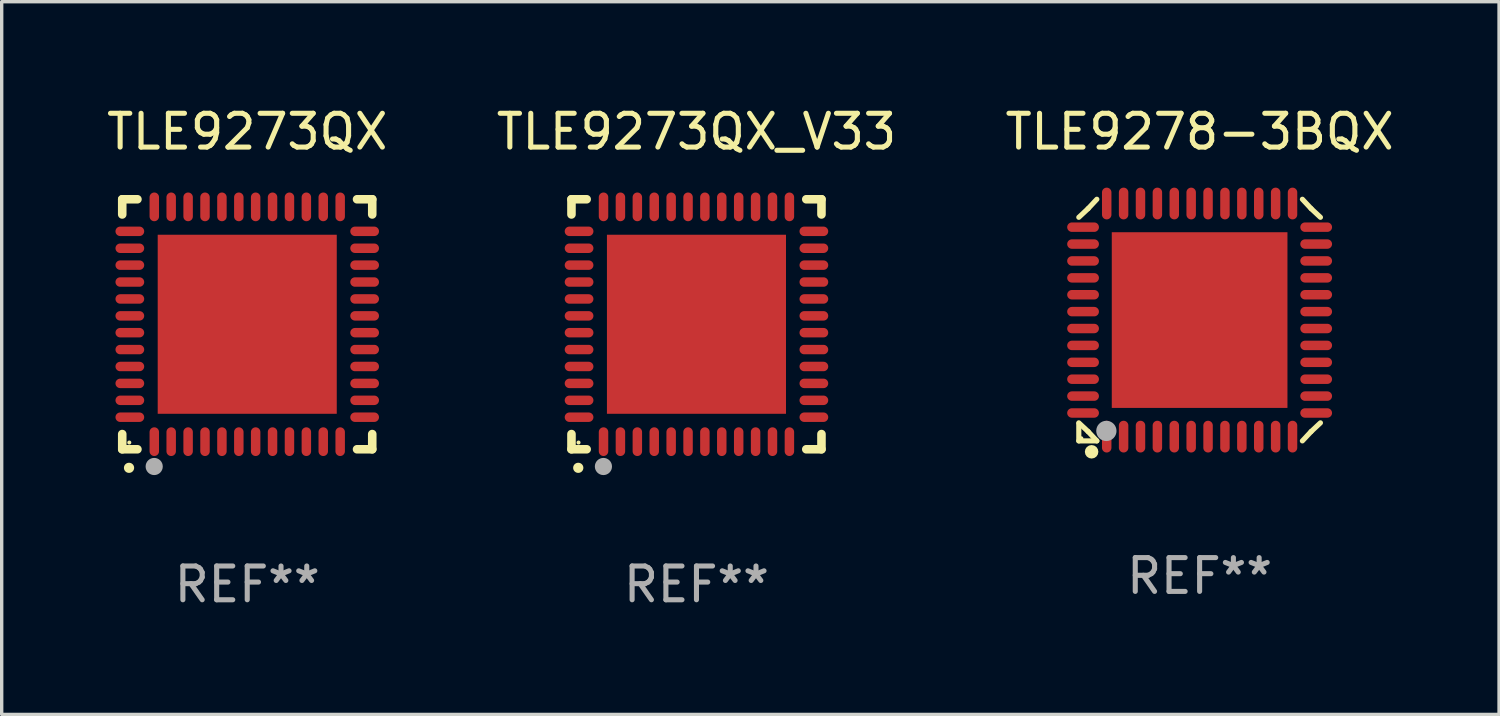
<source format=kicad_pcb>
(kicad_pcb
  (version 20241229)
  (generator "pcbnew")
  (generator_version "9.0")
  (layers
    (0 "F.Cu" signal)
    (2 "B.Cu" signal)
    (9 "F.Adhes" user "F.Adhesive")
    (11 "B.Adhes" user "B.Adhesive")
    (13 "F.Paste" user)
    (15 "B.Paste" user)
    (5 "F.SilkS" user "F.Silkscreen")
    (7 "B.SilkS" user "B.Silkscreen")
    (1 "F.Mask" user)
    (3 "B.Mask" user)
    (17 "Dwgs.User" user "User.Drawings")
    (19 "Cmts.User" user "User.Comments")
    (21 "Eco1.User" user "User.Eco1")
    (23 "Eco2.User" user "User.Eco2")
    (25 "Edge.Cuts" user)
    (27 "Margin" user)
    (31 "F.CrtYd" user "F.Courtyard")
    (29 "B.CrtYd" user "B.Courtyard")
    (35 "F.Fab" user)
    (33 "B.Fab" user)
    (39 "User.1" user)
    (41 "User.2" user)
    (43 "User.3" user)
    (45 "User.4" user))
  (footprint "TLE9273QX_V33"
    (layer "F.Cu")
    (at 17.565 6.548)
    (property "Reference" "TLE9273QX_V33" (at 0 -5.7 0) (layer "F.SilkS") (effects (font (size 1 1) (thickness 0.15))))
    (attr through_hole)
    (fp_line (start -3.7 -3.7) (end -3.25 -3.7) (stroke (width 0.254) (type solid)) (layer "F.SilkS"))
    (fp_line (start -3.7 -3.25) (end -3.7 -3.7) (stroke (width 0.254) (type solid)) (layer "F.SilkS"))
    (fp_line (start -3.7 3.7) (end -3.7 3.25) (stroke (width 0.254) (type solid)) (layer "F.SilkS"))
    (fp_line (start -3.25 3.7) (end -3.7 3.7) (stroke (width 0.254) (type solid)) (layer "F.SilkS"))
    (fp_line (start 3.25 3.7) (end 3.7 3.7) (stroke (width 0.254) (type solid)) (layer "F.SilkS"))
    (fp_line (start 3.7 -3.7) (end 3.25 -3.7) (stroke (width 0.254) (type solid)) (layer "F.SilkS"))
    (fp_line (start 3.7 -3.25) (end 3.7 -3.7) (stroke (width 0.254) (type solid)) (layer "F.SilkS"))
    (fp_line (start 3.7 3.7) (end 3.7 3.25) (stroke (width 0.254) (type solid)) (layer "F.SilkS"))
    (fp_arc (start -3.500127 4.249428) (mid -3.498857 4.249423) (end -3.497587 4.249428) (stroke (width 0.3) (type solid)) (layer "F.SilkS"))
    (fp_circle (center -3.491 3.501) (end -3.461 3.501) (stroke (width 0.06) (type solid)) (fill no) (layer "F.SilkS"))
    (fp_circle (center -2.754 4.21) (end -2.627 4.21) (stroke (width 0.254) (type solid)) (fill no) (layer "F.Fab"))
    (fp_text user "REF**" (at 0 7.7 0) (layer "F.Fab") (effects (font (size 1 1) (thickness 0.15))))
    (pad "1" smd oval (at -2.751 3.475) (size 0.28 0.85) (layers "F.Cu" "F.Mask" "F.Paste"))
    (pad "2" smd oval (at -2.251 3.475) (size 0.28 0.85) (layers "F.Cu" "F.Mask" "F.Paste"))
    (pad "3" smd oval (at -1.75 3.475) (size 0.28 0.85) (layers "F.Cu" "F.Mask" "F.Paste"))
    (pad "4" smd oval (at -1.25 3.475) (size 0.28 0.85) (layers "F.Cu" "F.Mask" "F.Paste"))
    (pad "5" smd oval (at -0.749 3.475) (size 0.28 0.85) (layers "F.Cu" "F.Mask" "F.Paste"))
    (pad "6" smd oval (at -0.249 3.475) (size 0.28 0.85) (layers "F.Cu" "F.Mask" "F.Paste"))
    (pad "7" smd oval (at 0.249 3.475) (size 0.28 0.85) (layers "F.Cu" "F.Mask" "F.Paste"))
    (pad "8" smd oval (at 0.749 3.475) (size 0.28 0.85) (layers "F.Cu" "F.Mask" "F.Paste"))
    (pad "9" smd oval (at 1.25 3.475) (size 0.28 0.85) (layers "F.Cu" "F.Mask" "F.Paste"))
    (pad "10" smd oval (at 1.75 3.475) (size 0.28 0.85) (layers "F.Cu" "F.Mask" "F.Paste"))
    (pad "11" smd oval (at 2.25 3.475) (size 0.28 0.85) (layers "F.Cu" "F.Mask" "F.Paste"))
    (pad "12" smd oval (at 2.751 3.475) (size 0.28 0.85) (layers "F.Cu" "F.Mask" "F.Paste"))
    (pad "13" smd oval (at 3.475 2.751) (size 0.85 0.28) (layers "F.Cu" "F.Mask" "F.Paste"))
    (pad "14" smd oval (at 3.475 2.251) (size 0.85 0.28) (layers "F.Cu" "F.Mask" "F.Paste"))
    (pad "15" smd oval (at 3.475 1.75) (size 0.85 0.28) (layers "F.Cu" "F.Mask" "F.Paste"))
    (pad "16" smd oval (at 3.475 1.25) (size 0.85 0.28) (layers "F.Cu" "F.Mask" "F.Paste"))
    (pad "17" smd oval (at 3.475 0.749) (size 0.85 0.28) (layers "F.Cu" "F.Mask" "F.Paste"))
    (pad "18" smd oval (at 3.475 0.249) (size 0.85 0.28) (layers "F.Cu" "F.Mask" "F.Paste"))
    (pad "19" smd oval (at 3.475 -0.249) (size 0.85 0.28) (layers "F.Cu" "F.Mask" "F.Paste"))
    (pad "20" smd oval (at 3.475 -0.749) (size 0.85 0.28) (layers "F.Cu" "F.Mask" "F.Paste"))
    (pad "21" smd oval (at 3.475 -1.25) (size 0.85 0.28) (layers "F.Cu" "F.Mask" "F.Paste"))
    (pad "22" smd oval (at 3.475 -1.75) (size 0.85 0.28) (layers "F.Cu" "F.Mask" "F.Paste"))
    (pad "23" smd oval (at 3.475 -2.25) (size 0.85 0.28) (layers "F.Cu" "F.Mask" "F.Paste"))
    (pad "24" smd oval (at 3.475 -2.751) (size 0.85 0.28) (layers "F.Cu" "F.Mask" "F.Paste"))
    (pad "25" smd oval (at 2.751 -3.475) (size 0.28 0.85) (layers "F.Cu" "F.Mask" "F.Paste"))
    (pad "26" smd oval (at 2.25 -3.475) (size 0.28 0.85) (layers "F.Cu" "F.Mask" "F.Paste"))
    (pad "27" smd oval (at 1.75 -3.475) (size 0.28 0.85) (layers "F.Cu" "F.Mask" "F.Paste"))
    (pad "28" smd oval (at 1.25 -3.475) (size 0.28 0.85) (layers "F.Cu" "F.Mask" "F.Paste"))
    (pad "29" smd oval (at 0.749 -3.475) (size 0.28 0.85) (layers "F.Cu" "F.Mask" "F.Paste"))
    (pad "30" smd oval (at 0.249 -3.475) (size 0.28 0.85) (layers "F.Cu" "F.Mask" "F.Paste"))
    (pad "31" smd oval (at -0.249 -3.475) (size 0.28 0.85) (layers "F.Cu" "F.Mask" "F.Paste"))
    (pad "32" smd oval (at -0.749 -3.475) (size 0.28 0.85) (layers "F.Cu" "F.Mask" "F.Paste"))
    (pad "33" smd oval (at -1.25 -3.475) (size 0.28 0.85) (layers "F.Cu" "F.Mask" "F.Paste"))
    (pad "34" smd oval (at -1.75 -3.475) (size 0.28 0.85) (layers "F.Cu" "F.Mask" "F.Paste"))
    (pad "35" smd oval (at -2.251 -3.475) (size 0.28 0.85) (layers "F.Cu" "F.Mask" "F.Paste"))
    (pad "36" smd oval (at -2.751 -3.475) (size 0.28 0.85) (layers "F.Cu" "F.Mask" "F.Paste"))
    (pad "37" smd oval (at -3.475 -2.751) (size 0.85 0.28) (layers "F.Cu" "F.Mask" "F.Paste"))
    (pad "38" smd oval (at -3.475 -2.25) (size 0.85 0.28) (layers "F.Cu" "F.Mask" "F.Paste"))
    (pad "39" smd oval (at -3.475 -1.75) (size 0.85 0.28) (layers "F.Cu" "F.Mask" "F.Paste"))
    (pad "40" smd oval (at -3.475 -1.25) (size 0.85 0.28) (layers "F.Cu" "F.Mask" "F.Paste"))
    (pad "41" smd oval (at -3.475 -0.749) (size 0.85 0.28) (layers "F.Cu" "F.Mask" "F.Paste"))
    (pad "42" smd oval (at -3.475 -0.249) (size 0.85 0.28) (layers "F.Cu" "F.Mask" "F.Paste"))
    (pad "43" smd oval (at -3.475 0.249) (size 0.85 0.28) (layers "F.Cu" "F.Mask" "F.Paste"))
    (pad "44" smd oval (at -3.475 0.749) (size 0.85 0.28) (layers "F.Cu" "F.Mask" "F.Paste"))
    (pad "45" smd oval (at -3.475 1.25) (size 0.85 0.28) (layers "F.Cu" "F.Mask" "F.Paste"))
    (pad "46" smd oval (at -3.475 1.75) (size 0.85 0.28) (layers "F.Cu" "F.Mask" "F.Paste"))
    (pad "47" smd oval (at -3.475 2.251) (size 0.85 0.28) (layers "F.Cu" "F.Mask" "F.Paste"))
    (pad "48" smd oval (at -3.475 2.751) (size 0.85 0.28) (layers "F.Cu" "F.Mask" "F.Paste"))
    (pad "49" smd rect (at -0.000102 0.000102) (size 5.3 5.3) (layers "F.Cu" "F.Mask" "F.Paste")))
  (footprint "TLE9278-3BQX"
    (layer "F.Cu")
    (at 32.458 6.424)
    (property "Reference" "TLE9278-3BQX" (at 0 -5.576 0) (layer "F.SilkS") (effects (font (size 1 1) (thickness 0.15))))
    (attr through_hole)
    (fp_line (start -3.576 3.07) (end -3.576 3.576) (stroke (width 0.152) (type solid)) (layer "F.SilkS"))
    (fp_line (start -3.576 3.576) (end -3.042 3.576) (stroke (width 0.152) (type solid)) (layer "F.SilkS"))
    (fp_line (start -3.3 -3.3) (end -3.576 -3.042) (stroke (width 0.152) (type solid)) (layer "F.SilkS"))
    (fp_line (start -3.3 3.3) (end -3.576 3.042) (stroke (width 0.152) (type solid)) (layer "F.SilkS"))
    (fp_line (start -3.042 -3.576) (end -3.3 -3.3) (stroke (width 0.152) (type solid)) (layer "F.SilkS"))
    (fp_line (start -3.042 3.576) (end -3.3 3.3) (stroke (width 0.152) (type solid)) (layer "F.SilkS"))
    (fp_line (start 3.042 -3.576) (end 3.3 -3.3) (stroke (width 0.152) (type solid)) (layer "F.SilkS"))
    (fp_line (start 3.042 3.576) (end 3.3 3.3) (stroke (width 0.152) (type solid)) (layer "F.SilkS"))
    (fp_line (start 3.3 -3.3) (end 3.576 -3.042) (stroke (width 0.152) (type solid)) (layer "F.SilkS"))
    (fp_line (start 3.3 3.3) (end 3.576 3.042) (stroke (width 0.152) (type solid)) (layer "F.SilkS"))
    (fp_circle (center -3.5 3.5) (end -3.47 3.5) (stroke (width 0.06) (type solid)) (fill no) (layer "F.SilkS"))
    (fp_circle (center -3.197 3.899) (end -3.097 3.899) (stroke (width 0.2) (type solid)) (fill no) (layer "F.SilkS"))
    (fp_circle (center -2.76 3.281) (end -2.61 3.281) (stroke (width 0.3) (type solid)) (fill no) (layer "F.Fab"))
    (fp_text user "REF**" (at 0 7.576 0) (layer "F.Fab") (effects (font (size 1 1) (thickness 0.15))))
    (pad "1" smd oval (at -2.75 3.45 90) (size 0.94 0.28) (layers "F.Cu" "F.Mask" "F.Paste"))
    (pad "2" smd oval (at -2.25 3.45 90) (size 0.94 0.28) (layers "F.Cu" "F.Mask" "F.Paste"))
    (pad "3" smd oval (at -1.75 3.45 90) (size 0.94 0.28) (layers "F.Cu" "F.Mask" "F.Paste"))
    (pad "4" smd oval (at -1.25 3.45 90) (size 0.94 0.28) (layers "F.Cu" "F.Mask" "F.Paste"))
    (pad "5" smd oval (at -0.75 3.45 90) (size 0.94 0.28) (layers "F.Cu" "F.Mask" "F.Paste"))
    (pad "6" smd oval (at -0.25 3.45 90) (size 0.94 0.28) (layers "F.Cu" "F.Mask" "F.Paste"))
    (pad "7" smd oval (at 0.25 3.45 90) (size 0.94 0.28) (layers "F.Cu" "F.Mask" "F.Paste"))
    (pad "8" smd oval (at 0.75 3.45 90) (size 0.94 0.28) (layers "F.Cu" "F.Mask" "F.Paste"))
    (pad "9" smd oval (at 1.25 3.45 90) (size 0.94 0.28) (layers "F.Cu" "F.Mask" "F.Paste"))
    (pad "10" smd oval (at 1.75 3.45 90) (size 0.94 0.28) (layers "F.Cu" "F.Mask" "F.Paste"))
    (pad "11" smd oval (at 2.25 3.45 90) (size 0.94 0.28) (layers "F.Cu" "F.Mask" "F.Paste"))
    (pad "12" smd oval (at 2.75 3.45 90) (size 0.94 0.28) (layers "F.Cu" "F.Mask" "F.Paste"))
    (pad "13" smd oval (at 3.45 2.75 90) (size 0.28 0.94) (layers "F.Cu" "F.Mask" "F.Paste"))
    (pad "14" smd oval (at 3.45 2.25 90) (size 0.28 0.94) (layers "F.Cu" "F.Mask" "F.Paste"))
    (pad "15" smd oval (at 3.45 1.75 90) (size 0.28 0.94) (layers "F.Cu" "F.Mask" "F.Paste"))
    (pad "16" smd oval (at 3.45 1.25 90) (size 0.28 0.94) (layers "F.Cu" "F.Mask" "F.Paste"))
    (pad "17" smd oval (at 3.45 0.75 90) (size 0.28 0.94) (layers "F.Cu" "F.Mask" "F.Paste"))
    (pad "18" smd oval (at 3.45 0.25 90) (size 0.28 0.94) (layers "F.Cu" "F.Mask" "F.Paste"))
    (pad "19" smd oval (at 3.45 -0.25 90) (size 0.28 0.94) (layers "F.Cu" "F.Mask" "F.Paste"))
    (pad "20" smd oval (at 3.45 -0.75 90) (size 0.28 0.94) (layers "F.Cu" "F.Mask" "F.Paste"))
    (pad "21" smd oval (at 3.45 -1.25 90) (size 0.28 0.94) (layers "F.Cu" "F.Mask" "F.Paste"))
    (pad "22" smd oval (at 3.45 -1.75 90) (size 0.28 0.94) (layers "F.Cu" "F.Mask" "F.Paste"))
    (pad "23" smd oval (at 3.45 -2.25 90) (size 0.28 0.94) (layers "F.Cu" "F.Mask" "F.Paste"))
    (pad "24" smd oval (at 3.45 -2.75 90) (size 0.28 0.94) (layers "F.Cu" "F.Mask" "F.Paste"))
    (pad "25" smd oval (at 2.75 -3.45 90) (size 0.94 0.28) (layers "F.Cu" "F.Mask" "F.Paste"))
    (pad "26" smd oval (at 2.25 -3.45 90) (size 0.94 0.28) (layers "F.Cu" "F.Mask" "F.Paste"))
    (pad "27" smd oval (at 1.75 -3.45 90) (size 0.94 0.28) (layers "F.Cu" "F.Mask" "F.Paste"))
    (pad "28" smd oval (at 1.25 -3.45 90) (size 0.94 0.28) (layers "F.Cu" "F.Mask" "F.Paste"))
    (pad "29" smd oval (at 0.75 -3.45 90) (size 0.94 0.28) (layers "F.Cu" "F.Mask" "F.Paste"))
    (pad "30" smd oval (at 0.25 -3.45 90) (size 0.94 0.28) (layers "F.Cu" "F.Mask" "F.Paste"))
    (pad "31" smd oval (at -0.25 -3.45 90) (size 0.94 0.28) (layers "F.Cu" "F.Mask" "F.Paste"))
    (pad "32" smd oval (at -0.75 -3.45 90) (size 0.94 0.28) (layers "F.Cu" "F.Mask" "F.Paste"))
    (pad "33" smd oval (at -1.25 -3.45 90) (size 0.94 0.28) (layers "F.Cu" "F.Mask" "F.Paste"))
    (pad "34" smd oval (at -1.75 -3.45 90) (size 0.94 0.28) (layers "F.Cu" "F.Mask" "F.Paste"))
    (pad "35" smd oval (at -2.25 -3.45 90) (size 0.94 0.28) (layers "F.Cu" "F.Mask" "F.Paste"))
    (pad "36" smd oval (at -2.75 -3.45 90) (size 0.94 0.28) (layers "F.Cu" "F.Mask" "F.Paste"))
    (pad "37" smd oval (at -3.45 -2.75 90) (size 0.28 0.94) (layers "F.Cu" "F.Mask" "F.Paste"))
    (pad "38" smd oval (at -3.45 -2.25 90) (size 0.28 0.94) (layers "F.Cu" "F.Mask" "F.Paste"))
    (pad "39" smd oval (at -3.45 -1.75 90) (size 0.28 0.94) (layers "F.Cu" "F.Mask" "F.Paste"))
    (pad "40" smd oval (at -3.45 -1.25 90) (size 0.28 0.94) (layers "F.Cu" "F.Mask" "F.Paste"))
    (pad "41" smd oval (at -3.45 -0.75 90) (size 0.28 0.94) (layers "F.Cu" "F.Mask" "F.Paste"))
    (pad "42" smd oval (at -3.45 -0.25 90) (size 0.28 0.94) (layers "F.Cu" "F.Mask" "F.Paste"))
    (pad "43" smd oval (at -3.45 0.25 90) (size 0.28 0.94) (layers "F.Cu" "F.Mask" "F.Paste"))
    (pad "44" smd oval (at -3.45 0.75 90) (size 0.28 0.94) (layers "F.Cu" "F.Mask" "F.Paste"))
    (pad "45" smd oval (at -3.45 1.25 90) (size 0.28 0.94) (layers "F.Cu" "F.Mask" "F.Paste"))
    (pad "46" smd oval (at -3.45 1.75 90) (size 0.28 0.94) (layers "F.Cu" "F.Mask" "F.Paste"))
    (pad "47" smd oval (at -3.45 2.25 90) (size 0.28 0.94) (layers "F.Cu" "F.Mask" "F.Paste"))
    (pad "48" smd oval (at -3.45 2.75 90) (size 0.28 0.94) (layers "F.Cu" "F.Mask" "F.Paste"))
    (pad "49" smd rect (at -0.000076 -0.000089 90) (size 5.2 5.2) (layers "F.Cu" "F.Mask" "F.Paste")))
  (footprint "TLE9273QX"
    (layer "F.Cu")
    (at 4.268 6.548)
    (property "Reference" "TLE9273QX" (at 0 -5.7 0) (layer "F.SilkS") (effects (font (size 1 1) (thickness 0.15))))
    (attr through_hole)
    (fp_line (start -3.7 -3.7) (end -3.25 -3.7) (stroke (width 0.254) (type solid)) (layer "F.SilkS"))
    (fp_line (start -3.7 -3.25) (end -3.7 -3.7) (stroke (width 0.254) (type solid)) (layer "F.SilkS"))
    (fp_line (start -3.7 3.7) (end -3.7 3.25) (stroke (width 0.254) (type solid)) (layer "F.SilkS"))
    (fp_line (start -3.25 3.7) (end -3.7 3.7) (stroke (width 0.254) (type solid)) (layer "F.SilkS"))
    (fp_line (start 3.25 3.7) (end 3.7 3.7) (stroke (width 0.254) (type solid)) (layer "F.SilkS"))
    (fp_line (start 3.7 -3.7) (end 3.25 -3.7) (stroke (width 0.254) (type solid)) (layer "F.SilkS"))
    (fp_line (start 3.7 -3.25) (end 3.7 -3.7) (stroke (width 0.254) (type solid)) (layer "F.SilkS"))
    (fp_line (start 3.7 3.7) (end 3.7 3.25) (stroke (width 0.254) (type solid)) (layer "F.SilkS"))
    (fp_arc (start -3.500127 4.249428) (mid -3.498857 4.249423) (end -3.497587 4.249428) (stroke (width 0.3) (type solid)) (layer "F.SilkS"))
    (fp_circle (center -3.491 3.501) (end -3.461 3.501) (stroke (width 0.06) (type solid)) (fill no) (layer "F.SilkS"))
    (fp_circle (center -2.754 4.21) (end -2.627 4.21) (stroke (width 0.254) (type solid)) (fill no) (layer "F.Fab"))
    (fp_text user "REF**" (at 0 7.7 0) (layer "F.Fab") (effects (font (size 1 1) (thickness 0.15))))
    (pad "1" smd oval (at -2.751 3.475) (size 0.28 0.85) (layers "F.Cu" "F.Mask" "F.Paste"))
    (pad "2" smd oval (at -2.251 3.475) (size 0.28 0.85) (layers "F.Cu" "F.Mask" "F.Paste"))
    (pad "3" smd oval (at -1.75 3.475) (size 0.28 0.85) (layers "F.Cu" "F.Mask" "F.Paste"))
    (pad "4" smd oval (at -1.25 3.475) (size 0.28 0.85) (layers "F.Cu" "F.Mask" "F.Paste"))
    (pad "5" smd oval (at -0.749 3.475) (size 0.28 0.85) (layers "F.Cu" "F.Mask" "F.Paste"))
    (pad "6" smd oval (at -0.249 3.475) (size 0.28 0.85) (layers "F.Cu" "F.Mask" "F.Paste"))
    (pad "7" smd oval (at 0.249 3.475) (size 0.28 0.85) (layers "F.Cu" "F.Mask" "F.Paste"))
    (pad "8" smd oval (at 0.749 3.475) (size 0.28 0.85) (layers "F.Cu" "F.Mask" "F.Paste"))
    (pad "9" smd oval (at 1.25 3.475) (size 0.28 0.85) (layers "F.Cu" "F.Mask" "F.Paste"))
    (pad "10" smd oval (at 1.75 3.475) (size 0.28 0.85) (layers "F.Cu" "F.Mask" "F.Paste"))
    (pad "11" smd oval (at 2.25 3.475) (size 0.28 0.85) (layers "F.Cu" "F.Mask" "F.Paste"))
    (pad "12" smd oval (at 2.751 3.475) (size 0.28 0.85) (layers "F.Cu" "F.Mask" "F.Paste"))
    (pad "13" smd oval (at 3.475 2.751) (size 0.85 0.28) (layers "F.Cu" "F.Mask" "F.Paste"))
    (pad "14" smd oval (at 3.475 2.251) (size 0.85 0.28) (layers "F.Cu" "F.Mask" "F.Paste"))
    (pad "15" smd oval (at 3.475 1.75) (size 0.85 0.28) (layers "F.Cu" "F.Mask" "F.Paste"))
    (pad "16" smd oval (at 3.475 1.25) (size 0.85 0.28) (layers "F.Cu" "F.Mask" "F.Paste"))
    (pad "17" smd oval (at 3.475 0.749) (size 0.85 0.28) (layers "F.Cu" "F.Mask" "F.Paste"))
    (pad "18" smd oval (at 3.475 0.249) (size 0.85 0.28) (layers "F.Cu" "F.Mask" "F.Paste"))
    (pad "19" smd oval (at 3.475 -0.249) (size 0.85 0.28) (layers "F.Cu" "F.Mask" "F.Paste"))
    (pad "20" smd oval (at 3.475 -0.749) (size 0.85 0.28) (layers "F.Cu" "F.Mask" "F.Paste"))
    (pad "21" smd oval (at 3.475 -1.25) (size 0.85 0.28) (layers "F.Cu" "F.Mask" "F.Paste"))
    (pad "22" smd oval (at 3.475 -1.75) (size 0.85 0.28) (layers "F.Cu" "F.Mask" "F.Paste"))
    (pad "23" smd oval (at 3.475 -2.25) (size 0.85 0.28) (layers "F.Cu" "F.Mask" "F.Paste"))
    (pad "24" smd oval (at 3.475 -2.751) (size 0.85 0.28) (layers "F.Cu" "F.Mask" "F.Paste"))
    (pad "25" smd oval (at 2.751 -3.475) (size 0.28 0.85) (layers "F.Cu" "F.Mask" "F.Paste"))
    (pad "26" smd oval (at 2.25 -3.475) (size 0.28 0.85) (layers "F.Cu" "F.Mask" "F.Paste"))
    (pad "27" smd oval (at 1.75 -3.475) (size 0.28 0.85) (layers "F.Cu" "F.Mask" "F.Paste"))
    (pad "28" smd oval (at 1.25 -3.475) (size 0.28 0.85) (layers "F.Cu" "F.Mask" "F.Paste"))
    (pad "29" smd oval (at 0.749 -3.475) (size 0.28 0.85) (layers "F.Cu" "F.Mask" "F.Paste"))
    (pad "30" smd oval (at 0.249 -3.475) (size 0.28 0.85) (layers "F.Cu" "F.Mask" "F.Paste"))
    (pad "31" smd oval (at -0.249 -3.475) (size 0.28 0.85) (layers "F.Cu" "F.Mask" "F.Paste"))
    (pad "32" smd oval (at -0.749 -3.475) (size 0.28 0.85) (layers "F.Cu" "F.Mask" "F.Paste"))
    (pad "33" smd oval (at -1.25 -3.475) (size 0.28 0.85) (layers "F.Cu" "F.Mask" "F.Paste"))
    (pad "34" smd oval (at -1.75 -3.475) (size 0.28 0.85) (layers "F.Cu" "F.Mask" "F.Paste"))
    (pad "35" smd oval (at -2.251 -3.475) (size 0.28 0.85) (layers "F.Cu" "F.Mask" "F.Paste"))
    (pad "36" smd oval (at -2.751 -3.475) (size 0.28 0.85) (layers "F.Cu" "F.Mask" "F.Paste"))
    (pad "37" smd oval (at -3.475 -2.751) (size 0.85 0.28) (layers "F.Cu" "F.Mask" "F.Paste"))
    (pad "38" smd oval (at -3.475 -2.25) (size 0.85 0.28) (layers "F.Cu" "F.Mask" "F.Paste"))
    (pad "39" smd oval (at -3.475 -1.75) (size 0.85 0.28) (layers "F.Cu" "F.Mask" "F.Paste"))
    (pad "40" smd oval (at -3.475 -1.25) (size 0.85 0.28) (layers "F.Cu" "F.Mask" "F.Paste"))
    (pad "41" smd oval (at -3.475 -0.749) (size 0.85 0.28) (layers "F.Cu" "F.Mask" "F.Paste"))
    (pad "42" smd oval (at -3.475 -0.249) (size 0.85 0.28) (layers "F.Cu" "F.Mask" "F.Paste"))
    (pad "43" smd oval (at -3.475 0.249) (size 0.85 0.28) (layers "F.Cu" "F.Mask" "F.Paste"))
    (pad "44" smd oval (at -3.475 0.749) (size 0.85 0.28) (layers "F.Cu" "F.Mask" "F.Paste"))
    (pad "45" smd oval (at -3.475 1.25) (size 0.85 0.28) (layers "F.Cu" "F.Mask" "F.Paste"))
    (pad "46" smd oval (at -3.475 1.75) (size 0.85 0.28) (layers "F.Cu" "F.Mask" "F.Paste"))
    (pad "47" smd oval (at -3.475 2.251) (size 0.85 0.28) (layers "F.Cu" "F.Mask" "F.Paste"))
    (pad "48" smd oval (at -3.475 2.751) (size 0.85 0.28) (layers "F.Cu" "F.Mask" "F.Paste"))
    (pad "49" smd rect (at -0.000102 0.000102) (size 5.3 5.3) (layers "F.Cu" "F.Mask" "F.Paste")))
  (gr_rect
    (start -3 -3)
    (end 41.321 18.097)
    (stroke (width 0.1) (type default))
    (fill no)
    (layer "Edge.Cuts")))
</source>
